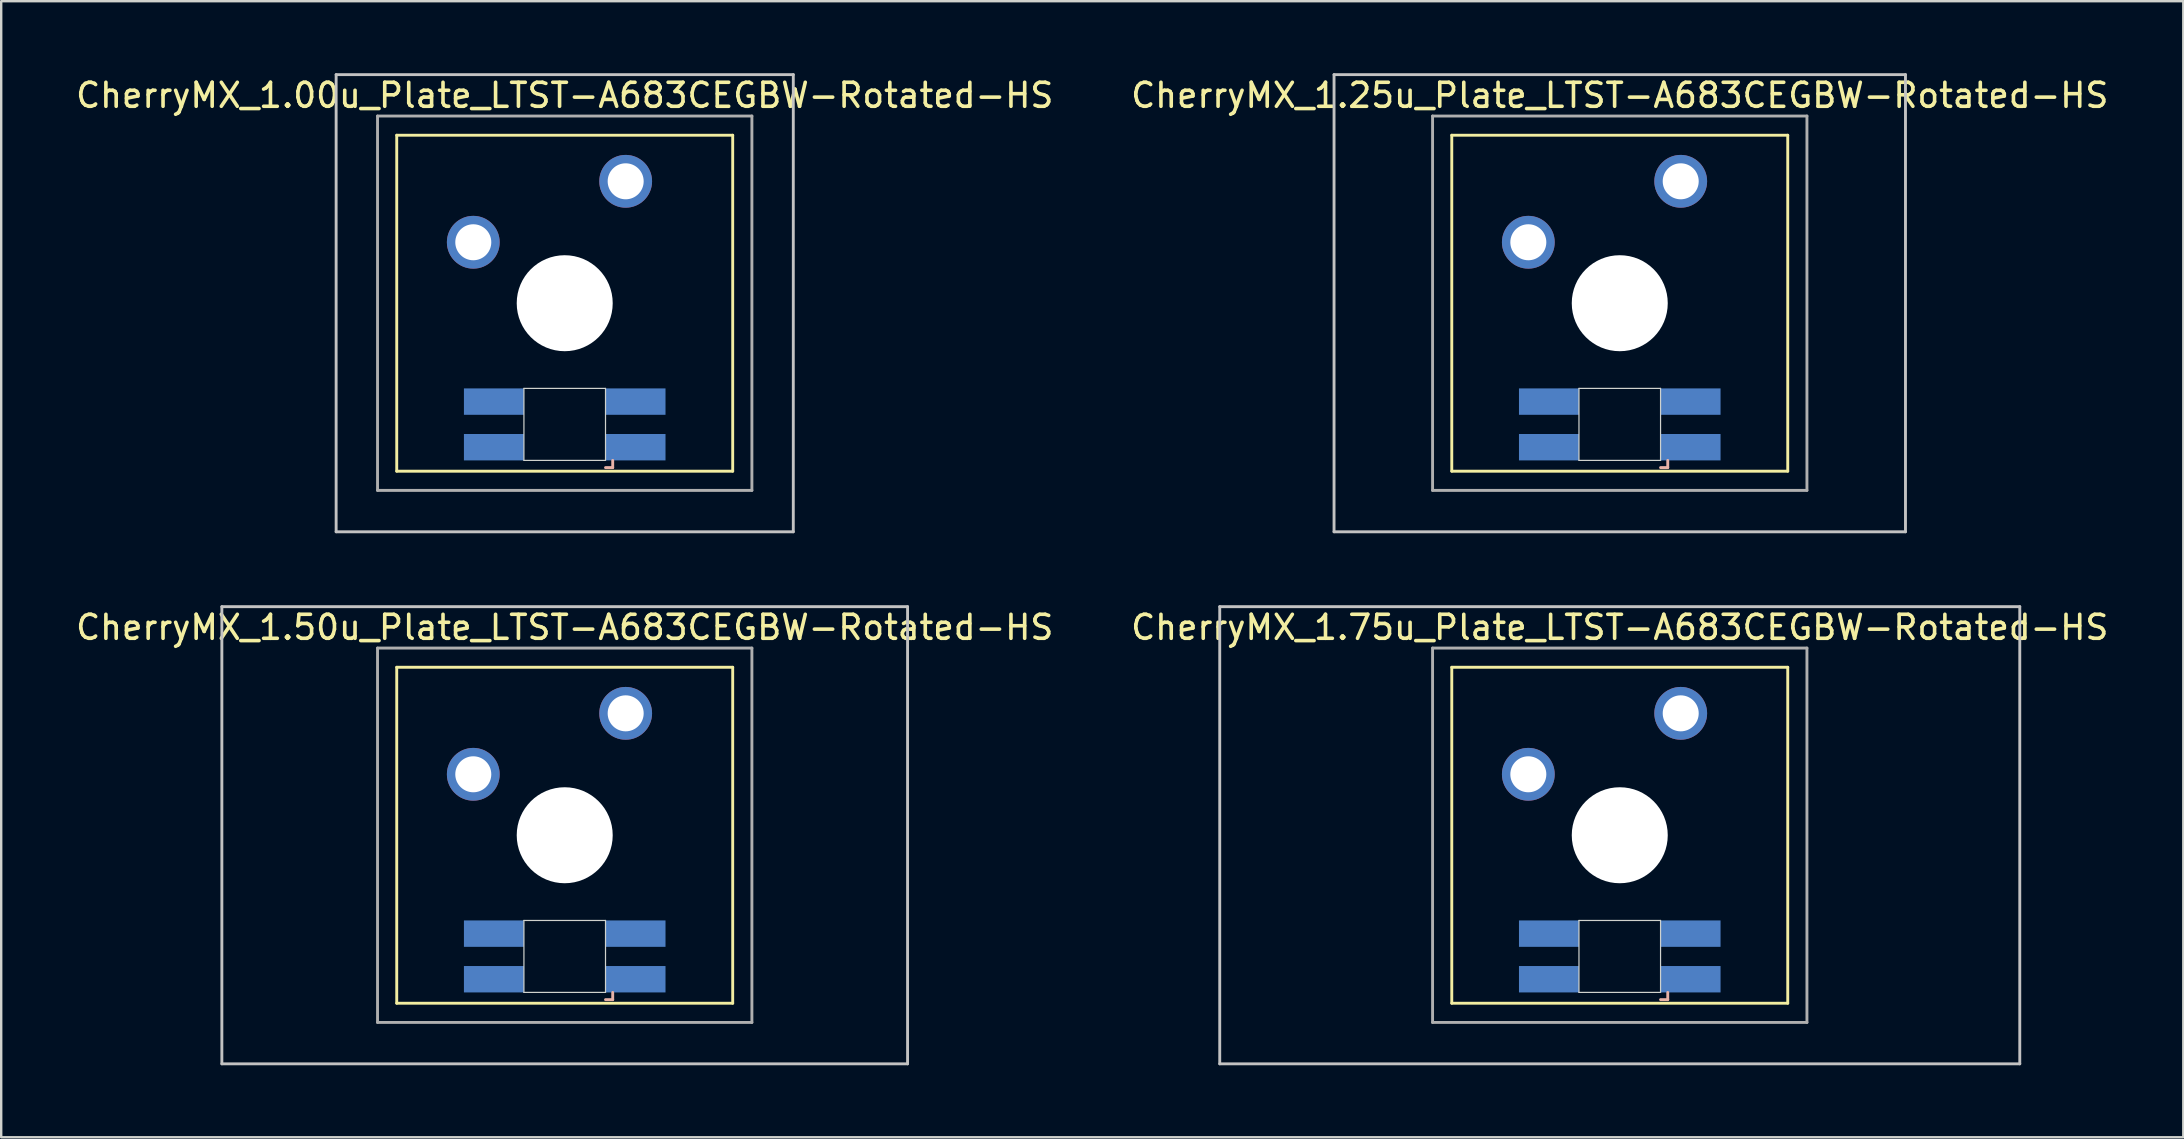
<source format=kicad_pcb>
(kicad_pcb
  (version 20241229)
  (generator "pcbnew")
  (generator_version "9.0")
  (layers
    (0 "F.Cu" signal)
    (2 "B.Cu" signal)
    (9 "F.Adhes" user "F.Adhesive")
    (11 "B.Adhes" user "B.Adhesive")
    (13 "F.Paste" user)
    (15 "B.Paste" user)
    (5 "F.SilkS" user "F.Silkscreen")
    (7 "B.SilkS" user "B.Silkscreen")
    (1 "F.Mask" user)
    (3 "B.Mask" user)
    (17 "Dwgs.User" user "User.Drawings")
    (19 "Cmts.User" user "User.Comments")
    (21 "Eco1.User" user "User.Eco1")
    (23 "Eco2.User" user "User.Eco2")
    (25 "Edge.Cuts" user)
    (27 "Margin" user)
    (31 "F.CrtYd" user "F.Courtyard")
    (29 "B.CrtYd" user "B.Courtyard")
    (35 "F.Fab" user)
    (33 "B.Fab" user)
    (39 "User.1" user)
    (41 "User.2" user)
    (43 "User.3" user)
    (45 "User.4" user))
  (footprint "CherryMX_1.75u_Plate_LTST-A683CEGBW-Rotated-HS"
    (layer "F.Cu")
    (at 64.446 31.755)
    (property "Reference" "CherryMX_1.75u_Plate_LTST-A683CEGBW-Rotated-HS" (at 0 -8.662 0) (layer "F.SilkS") (effects (font (size 1 1) (thickness 0.15))))
    (attr through_hole)
    (fp_line (start -7 -7) (end -7 7) (stroke (width 0.12) (type solid)) (layer "F.SilkS"))
    (fp_line (start -7 -7) (end 7 -7) (stroke (width 0.12) (type solid)) (layer "F.SilkS"))
    (fp_line (start 7 -7) (end 7 7) (stroke (width 0.12) (type solid)) (layer "F.SilkS"))
    (fp_line (start 7 7) (end -7 7) (stroke (width 0.12) (type solid)) (layer "F.SilkS"))
    (fp_line (start 1.7 6.85) (end 2 6.85) (stroke (width 0.12) (type solid)) (layer "B.SilkS"))
    (fp_line (start 2 6.85) (end 2 6.55) (stroke (width 0.12) (type solid)) (layer "B.SilkS"))
    (fp_line (start -16.669 -9.525) (end 16.669 -9.525) (stroke (width 0.12) (type solid)) (layer "Dwgs.User"))
    (fp_line (start -16.669 9.525) (end -16.669 -9.525) (stroke (width 0.12) (type solid)) (layer "Dwgs.User"))
    (fp_line (start 16.669 -9.525) (end 16.669 9.525) (stroke (width 0.12) (type solid)) (layer "Dwgs.User"))
    (fp_line (start 16.669 9.525) (end -16.669 9.525) (stroke (width 0.12) (type solid)) (layer "Dwgs.User"))
    (fp_line (start -1.7 3.55) (end 1.7 3.55) (stroke (width 0.05) (type solid)) (layer "Edge.Cuts"))
    (fp_line (start -1.7 6.55) (end -1.7 3.55) (stroke (width 0.05) (type solid)) (layer "Edge.Cuts"))
    (fp_line (start 1.7 3.55) (end 1.7 6.55) (stroke (width 0.05) (type solid)) (layer "Edge.Cuts"))
    (fp_line (start 1.7 6.55) (end -1.7 6.55) (stroke (width 0.05) (type solid)) (layer "Edge.Cuts"))
    (fp_line (start -7.8 -7.8) (end -7.8 7.8) (stroke (width 0.12) (type solid)) (layer "F.Fab"))
    (fp_line (start -7.8 -7.8) (end 7.8 -7.8) (stroke (width 0.12) (type solid)) (layer "F.Fab"))
    (fp_line (start -7.8 7.8) (end 7.8 7.8) (stroke (width 0.12) (type solid)) (layer "F.Fab"))
    (fp_line (start 7.8 -7.8) (end 7.8 7.8) (stroke (width 0.12) (type solid)) (layer "F.Fab"))
    (pad "" np_thru_hole circle (at 0 0) (size 4 4) (drill 4) (layers "*.Cu" "*.Mask"))
    (pad "1" thru_hole circle (at -3.81 -2.54) (size 2.2 2.2) (drill 1.5) (layers "*.Cu" "*.Mask"))
    (pad "2" thru_hole circle (at 2.54 -5.08) (size 2.2 2.2) (drill 1.5) (layers "*.Cu" "*.Mask"))
    (pad "3" smd rect (at 2.95 6) (size 2.5 1.1) (layers "B.Cu" "B.Mask" "B.Paste"))
    (pad "4" smd rect (at 2.95 4.1) (size 2.5 1.1) (layers "B.Cu" "B.Mask" "B.Paste"))
    (pad "5" smd rect (at -2.95 6) (size 2.5 1.1) (layers "B.Cu" "B.Mask" "B.Paste"))
    (pad "6" smd rect (at -2.95 4.1) (size 2.5 1.1) (layers "B.Cu" "B.Mask" "B.Paste")))
  (footprint "CherryMX_1.50u_Plate_LTST-A683CEGBW-Rotated-HS"
    (layer "F.Cu")
    (at 20.482 31.755)
    (property "Reference" "CherryMX_1.50u_Plate_LTST-A683CEGBW-Rotated-HS" (at 0 -8.662 0) (layer "F.SilkS") (effects (font (size 1 1) (thickness 0.15))))
    (attr through_hole)
    (fp_line (start -7 -7) (end -7 7) (stroke (width 0.12) (type solid)) (layer "F.SilkS"))
    (fp_line (start -7 -7) (end 7 -7) (stroke (width 0.12) (type solid)) (layer "F.SilkS"))
    (fp_line (start 7 -7) (end 7 7) (stroke (width 0.12) (type solid)) (layer "F.SilkS"))
    (fp_line (start 7 7) (end -7 7) (stroke (width 0.12) (type solid)) (layer "F.SilkS"))
    (fp_line (start 1.7 6.85) (end 2 6.85) (stroke (width 0.12) (type solid)) (layer "B.SilkS"))
    (fp_line (start 2 6.85) (end 2 6.55) (stroke (width 0.12) (type solid)) (layer "B.SilkS"))
    (fp_line (start -14.287 -9.525) (end 14.287 -9.525) (stroke (width 0.12) (type solid)) (layer "Dwgs.User"))
    (fp_line (start -14.287 9.525) (end -14.287 -9.525) (stroke (width 0.12) (type solid)) (layer "Dwgs.User"))
    (fp_line (start 14.287 -9.525) (end 14.287 9.525) (stroke (width 0.12) (type solid)) (layer "Dwgs.User"))
    (fp_line (start 14.287 9.525) (end -14.287 9.525) (stroke (width 0.12) (type solid)) (layer "Dwgs.User"))
    (fp_line (start -1.7 3.55) (end 1.7 3.55) (stroke (width 0.05) (type solid)) (layer "Edge.Cuts"))
    (fp_line (start -1.7 6.55) (end -1.7 3.55) (stroke (width 0.05) (type solid)) (layer "Edge.Cuts"))
    (fp_line (start 1.7 3.55) (end 1.7 6.55) (stroke (width 0.05) (type solid)) (layer "Edge.Cuts"))
    (fp_line (start 1.7 6.55) (end -1.7 6.55) (stroke (width 0.05) (type solid)) (layer "Edge.Cuts"))
    (fp_line (start -7.8 -7.8) (end -7.8 7.8) (stroke (width 0.12) (type solid)) (layer "F.Fab"))
    (fp_line (start -7.8 -7.8) (end 7.8 -7.8) (stroke (width 0.12) (type solid)) (layer "F.Fab"))
    (fp_line (start -7.8 7.8) (end 7.8 7.8) (stroke (width 0.12) (type solid)) (layer "F.Fab"))
    (fp_line (start 7.8 -7.8) (end 7.8 7.8) (stroke (width 0.12) (type solid)) (layer "F.Fab"))
    (pad "" np_thru_hole circle (at 0 0) (size 4 4) (drill 4) (layers "*.Cu" "*.Mask"))
    (pad "1" thru_hole circle (at -3.81 -2.54) (size 2.2 2.2) (drill 1.5) (layers "*.Cu" "*.Mask"))
    (pad "2" thru_hole circle (at 2.54 -5.08) (size 2.2 2.2) (drill 1.5) (layers "*.Cu" "*.Mask"))
    (pad "3" smd rect (at 2.95 6) (size 2.5 1.1) (layers "B.Cu" "B.Mask" "B.Paste"))
    (pad "4" smd rect (at 2.95 4.1) (size 2.5 1.1) (layers "B.Cu" "B.Mask" "B.Paste"))
    (pad "5" smd rect (at -2.95 6) (size 2.5 1.1) (layers "B.Cu" "B.Mask" "B.Paste"))
    (pad "6" smd rect (at -2.95 4.1) (size 2.5 1.1) (layers "B.Cu" "B.Mask" "B.Paste")))
  (footprint "CherryMX_1.00u_Plate_LTST-A683CEGBW-Rotated-HS"
    (layer "F.Cu")
    (at 20.482 9.585)
    (property "Reference" "CherryMX_1.00u_Plate_LTST-A683CEGBW-Rotated-HS" (at 0 -8.662 0) (layer "F.SilkS") (effects (font (size 1 1) (thickness 0.15))))
    (attr through_hole)
    (fp_line (start -7 -7) (end -7 7) (stroke (width 0.12) (type solid)) (layer "F.SilkS"))
    (fp_line (start -7 -7) (end 7 -7) (stroke (width 0.12) (type solid)) (layer "F.SilkS"))
    (fp_line (start 7 -7) (end 7 7) (stroke (width 0.12) (type solid)) (layer "F.SilkS"))
    (fp_line (start 7 7) (end -7 7) (stroke (width 0.12) (type solid)) (layer "F.SilkS"))
    (fp_line (start 1.7 6.85) (end 2 6.85) (stroke (width 0.12) (type solid)) (layer "B.SilkS"))
    (fp_line (start 2 6.85) (end 2 6.55) (stroke (width 0.12) (type solid)) (layer "B.SilkS"))
    (fp_line (start -9.525 -9.525) (end 9.525 -9.525) (stroke (width 0.12) (type solid)) (layer "Dwgs.User"))
    (fp_line (start -9.525 9.525) (end -9.525 -9.525) (stroke (width 0.12) (type solid)) (layer "Dwgs.User"))
    (fp_line (start 9.525 -9.525) (end 9.525 9.525) (stroke (width 0.12) (type solid)) (layer "Dwgs.User"))
    (fp_line (start 9.525 9.525) (end -9.525 9.525) (stroke (width 0.12) (type solid)) (layer "Dwgs.User"))
    (fp_line (start -1.7 3.55) (end 1.7 3.55) (stroke (width 0.05) (type solid)) (layer "Edge.Cuts"))
    (fp_line (start -1.7 6.55) (end -1.7 3.55) (stroke (width 0.05) (type solid)) (layer "Edge.Cuts"))
    (fp_line (start 1.7 3.55) (end 1.7 6.55) (stroke (width 0.05) (type solid)) (layer "Edge.Cuts"))
    (fp_line (start 1.7 6.55) (end -1.7 6.55) (stroke (width 0.05) (type solid)) (layer "Edge.Cuts"))
    (fp_line (start -7.8 -7.8) (end -7.8 7.8) (stroke (width 0.12) (type solid)) (layer "F.Fab"))
    (fp_line (start -7.8 -7.8) (end 7.8 -7.8) (stroke (width 0.12) (type solid)) (layer "F.Fab"))
    (fp_line (start -7.8 7.8) (end 7.8 7.8) (stroke (width 0.12) (type solid)) (layer "F.Fab"))
    (fp_line (start 7.8 -7.8) (end 7.8 7.8) (stroke (width 0.12) (type solid)) (layer "F.Fab"))
    (pad "" np_thru_hole circle (at 0 0) (size 4 4) (drill 4) (layers "*.Cu" "*.Mask"))
    (pad "1" thru_hole circle (at -3.81 -2.54) (size 2.2 2.2) (drill 1.5) (layers "*.Cu" "*.Mask"))
    (pad "2" thru_hole circle (at 2.54 -5.08) (size 2.2 2.2) (drill 1.5) (layers "*.Cu" "*.Mask"))
    (pad "3" smd rect (at 2.95 6) (size 2.5 1.1) (layers "B.Cu" "B.Mask" "B.Paste"))
    (pad "4" smd rect (at 2.95 4.1) (size 2.5 1.1) (layers "B.Cu" "B.Mask" "B.Paste"))
    (pad "5" smd rect (at -2.95 6) (size 2.5 1.1) (layers "B.Cu" "B.Mask" "B.Paste"))
    (pad "6" smd rect (at -2.95 4.1) (size 2.5 1.1) (layers "B.Cu" "B.Mask" "B.Paste")))
  (footprint "CherryMX_1.25u_Plate_LTST-A683CEGBW-Rotated-HS"
    (layer "F.Cu")
    (at 64.446 9.585)
    (property "Reference" "CherryMX_1.25u_Plate_LTST-A683CEGBW-Rotated-HS" (at 0 -8.662 0) (layer "F.SilkS") (effects (font (size 1 1) (thickness 0.15))))
    (attr through_hole)
    (fp_line (start -7 -7) (end -7 7) (stroke (width 0.12) (type solid)) (layer "F.SilkS"))
    (fp_line (start -7 -7) (end 7 -7) (stroke (width 0.12) (type solid)) (layer "F.SilkS"))
    (fp_line (start 7 -7) (end 7 7) (stroke (width 0.12) (type solid)) (layer "F.SilkS"))
    (fp_line (start 7 7) (end -7 7) (stroke (width 0.12) (type solid)) (layer "F.SilkS"))
    (fp_line (start 1.7 6.85) (end 2 6.85) (stroke (width 0.12) (type solid)) (layer "B.SilkS"))
    (fp_line (start 2 6.85) (end 2 6.55) (stroke (width 0.12) (type solid)) (layer "B.SilkS"))
    (fp_line (start -11.906 -9.525) (end 11.906 -9.525) (stroke (width 0.12) (type solid)) (layer "Dwgs.User"))
    (fp_line (start -11.906 9.525) (end -11.906 -9.525) (stroke (width 0.12) (type solid)) (layer "Dwgs.User"))
    (fp_line (start 11.906 -9.525) (end 11.906 9.525) (stroke (width 0.12) (type solid)) (layer "Dwgs.User"))
    (fp_line (start 11.906 9.525) (end -11.906 9.525) (stroke (width 0.12) (type solid)) (layer "Dwgs.User"))
    (fp_line (start -1.7 3.55) (end 1.7 3.55) (stroke (width 0.05) (type solid)) (layer "Edge.Cuts"))
    (fp_line (start -1.7 6.55) (end -1.7 3.55) (stroke (width 0.05) (type solid)) (layer "Edge.Cuts"))
    (fp_line (start 1.7 3.55) (end 1.7 6.55) (stroke (width 0.05) (type solid)) (layer "Edge.Cuts"))
    (fp_line (start 1.7 6.55) (end -1.7 6.55) (stroke (width 0.05) (type solid)) (layer "Edge.Cuts"))
    (fp_line (start -7.8 -7.8) (end -7.8 7.8) (stroke (width 0.12) (type solid)) (layer "F.Fab"))
    (fp_line (start -7.8 -7.8) (end 7.8 -7.8) (stroke (width 0.12) (type solid)) (layer "F.Fab"))
    (fp_line (start -7.8 7.8) (end 7.8 7.8) (stroke (width 0.12) (type solid)) (layer "F.Fab"))
    (fp_line (start 7.8 -7.8) (end 7.8 7.8) (stroke (width 0.12) (type solid)) (layer "F.Fab"))
    (pad "" np_thru_hole circle (at 0 0) (size 4 4) (drill 4) (layers "*.Cu" "*.Mask"))
    (pad "1" thru_hole circle (at -3.81 -2.54) (size 2.2 2.2) (drill 1.5) (layers "*.Cu" "*.Mask"))
    (pad "2" thru_hole circle (at 2.54 -5.08) (size 2.2 2.2) (drill 1.5) (layers "*.Cu" "*.Mask"))
    (pad "3" smd rect (at 2.95 6) (size 2.5 1.1) (layers "B.Cu" "B.Mask" "B.Paste"))
    (pad "4" smd rect (at 2.95 4.1) (size 2.5 1.1) (layers "B.Cu" "B.Mask" "B.Paste"))
    (pad "5" smd rect (at -2.95 6) (size 2.5 1.1) (layers "B.Cu" "B.Mask" "B.Paste"))
    (pad "6" smd rect (at -2.95 4.1) (size 2.5 1.1) (layers "B.Cu" "B.Mask" "B.Paste")))
  (gr_rect
    (start -3 -3)
    (end 87.929 44.34)
    (stroke (width 0.1) (type default))
    (fill no)
    (layer "Edge.Cuts")))
</source>
